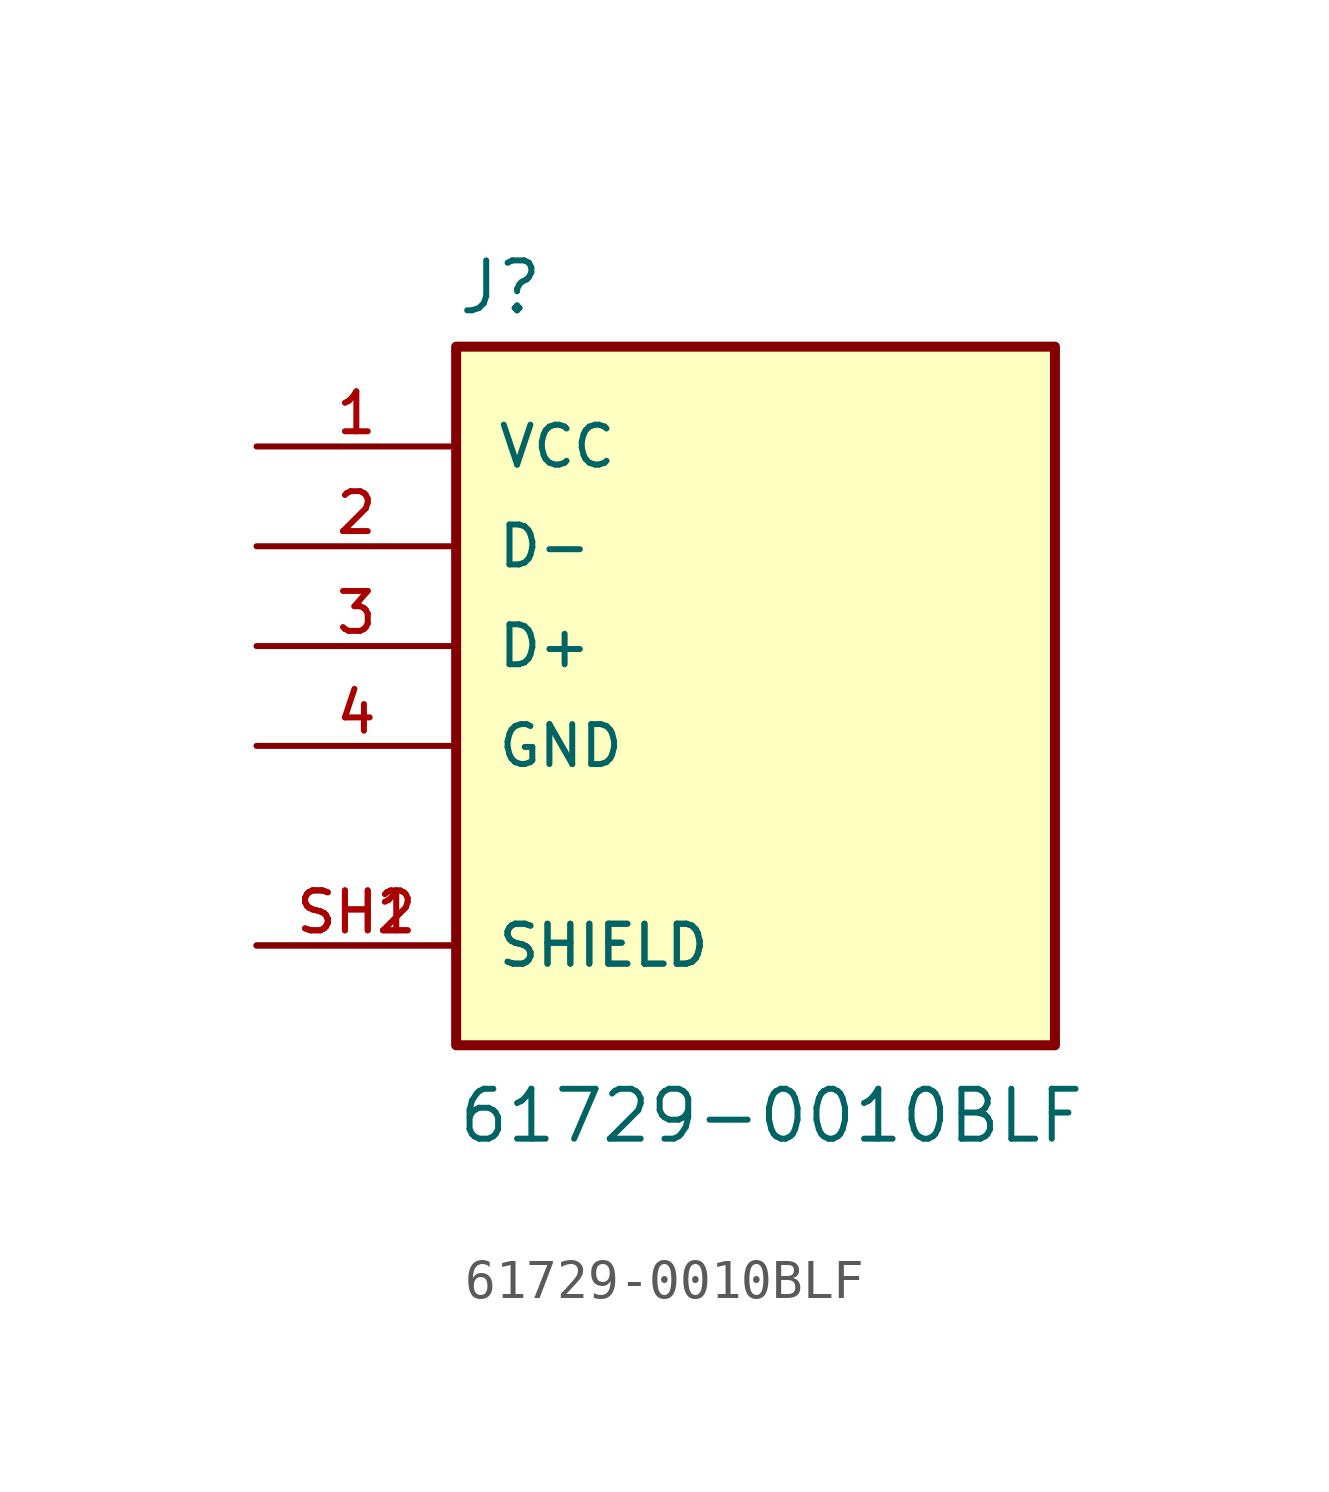
<source format=kicad_sym>
(kicad_symbol_lib
  (version 20211014)
  (generator kicad_symbol_editor)
  (symbol "61729-0010BLF"
    (pin_names
      (offset 1.016))
    (property "Reference" "J"
      (at -7.62 8.382 0)
      (effects (font (size 1.27 1.27)) (justify bottom left)))
    (property "Value" "61729-0010BLF"
      (at -7.62 -12.7 0)
      (effects (font (size 1.27 1.27)) (justify bottom left)))
    (symbol "61729-0010BLF_0_0"
      (rectangle (start -7.62 -10.16) (end 7.62 7.62) (stroke (width 0.254)) (fill (type background)))
      (pin power_in line (at -12.7 5.08 0) (length 5.08) (name "VCC" (effects (font (size 1.016 1.016)))) (number "1" (effects (font (size 1.016 1.016)))))
      (pin bidirectional line (at -12.7 2.54 0) (length 5.08) (name "D-" (effects (font (size 1.016 1.016)))) (number "2" (effects (font (size 1.016 1.016)))))
      (pin bidirectional line (at -12.7 0.0 0) (length 5.08) (name "D+" (effects (font (size 1.016 1.016)))) (number "3" (effects (font (size 1.016 1.016)))))
      (pin power_in line (at -12.7 -2.54 0) (length 5.08) (name "GND" (effects (font (size 1.016 1.016)))) (number "4" (effects (font (size 1.016 1.016)))))
      (pin passive line (at -12.7 -7.62 0) (length 5.08) (name "SHIELD" (effects (font (size 1.016 1.016)))) (number "SH1" (effects (font (size 1.016 1.016)))))
      (pin passive line (at -12.7 -7.62 0) (length 5.08) (name "SHIELD" (effects (font (size 1.016 1.016)))) (number "SH2" (effects (font (size 1.016 1.016))))))))
</source>
